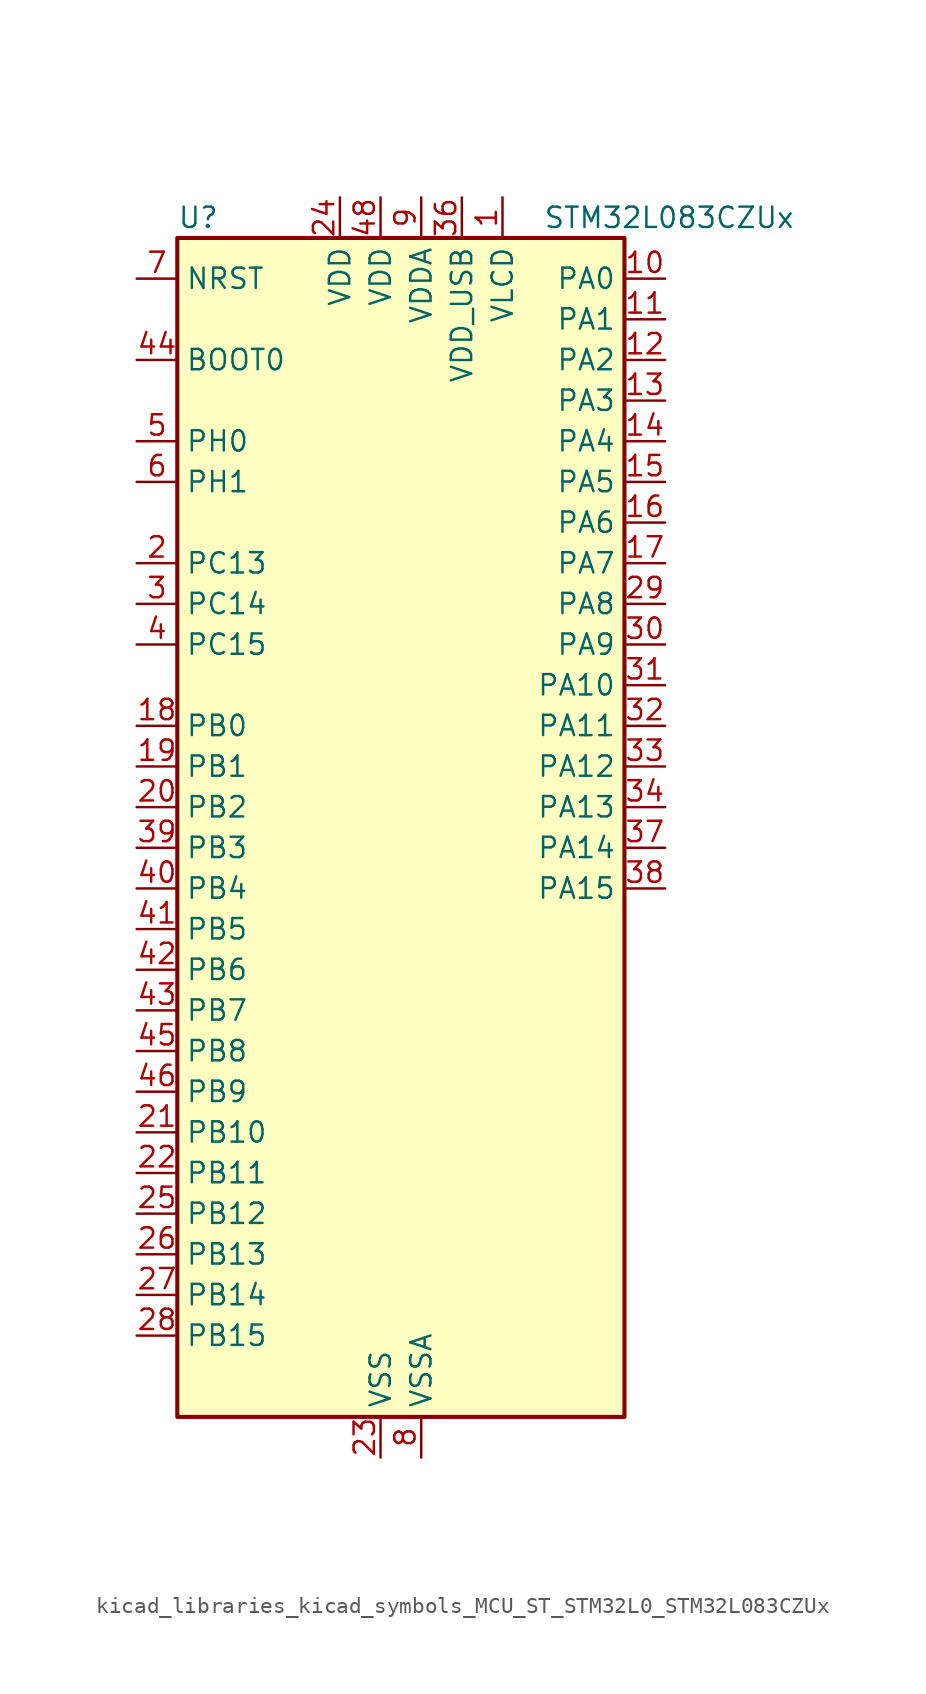
<source format=kicad_sym>
(kicad_symbol_lib
  (version 20220914)
  (generator kicad_symbol_editor)
  (symbol "kicad_libraries_kicad_symbols_MCU_ST_STM32L0_STM32L083CZUx"
    (property "Reference" "U"
      (at -12.7 39.37 0)
      (effects (font (size 1.27 1.27)) (justify left)))
    (property "Value" "STM32L083CZUx"
      (at 10.16 39.37 0)
      (effects (font (size 1.27 1.27)) (justify left)))
    (property "ki_locked" ""
      (at 0 0 0)
      (effects (font (size 1.27 1.27))))
    (symbol "kicad_libraries_kicad_symbols_MCU_ST_STM32L0_STM32L083CZUx_0_1"
      (rectangle (start -12.7 -35.56) (end 15.24 38.1) (stroke (width 0.254) (type default)) (fill (type background))))
    (symbol "kicad_libraries_kicad_symbols_MCU_ST_STM32L0_STM32L083CZUx_1_1"
      (pin power_in line (at 7.62 40.64 270) (length 2.54) (name "VLCD" (effects (font (size 1.27 1.27)))) (number "1" (effects (font (size 1.27 1.27)))))
      (pin bidirectional line (at 17.78 35.56 180) (length 2.54) (name "PA0" (effects (font (size 1.27 1.27)))) (number "10" (effects (font (size 1.27 1.27)))) (alternate "ADC_IN0" bidirectional line) (alternate "COMP1_INM" bidirectional line) (alternate "COMP1_OUT" bidirectional line) (alternate "RTC_TAMP2" bidirectional line) (alternate "SYS_WKUP1" bidirectional line) (alternate "TIM2_CH1" bidirectional line) (alternate "TIM2_ETR" bidirectional line) (alternate "TSC_G1_IO1" bidirectional line) (alternate "USART2_CTS" bidirectional line) (alternate "USART4_TX" bidirectional line))
      (pin bidirectional line (at 17.78 33.02 180) (length 2.54) (name "PA1" (effects (font (size 1.27 1.27)))) (number "11" (effects (font (size 1.27 1.27)))) (alternate "ADC_IN1" bidirectional line) (alternate "COMP1_INP" bidirectional line) (alternate "LCD_SEG0" bidirectional line) (alternate "TIM21_ETR" bidirectional line) (alternate "TIM2_CH2" bidirectional line) (alternate "TSC_G1_IO2" bidirectional line) (alternate "USART2_DE" bidirectional line) (alternate "USART2_RTS" bidirectional line) (alternate "USART4_RX" bidirectional line))
      (pin bidirectional line (at 17.78 30.48 180) (length 2.54) (name "PA2" (effects (font (size 1.27 1.27)))) (number "12" (effects (font (size 1.27 1.27)))) (alternate "ADC_IN2" bidirectional line) (alternate "COMP2_INM" bidirectional line) (alternate "COMP2_OUT" bidirectional line) (alternate "LCD_SEG1" bidirectional line) (alternate "LPUART1_TX" bidirectional line) (alternate "TIM21_CH1" bidirectional line) (alternate "TIM2_CH3" bidirectional line) (alternate "TSC_G1_IO3" bidirectional line) (alternate "USART2_TX" bidirectional line))
      (pin bidirectional line (at 17.78 27.94 180) (length 2.54) (name "PA3" (effects (font (size 1.27 1.27)))) (number "13" (effects (font (size 1.27 1.27)))) (alternate "ADC_IN3" bidirectional line) (alternate "COMP2_INP" bidirectional line) (alternate "LCD_SEG2" bidirectional line) (alternate "LPUART1_RX" bidirectional line) (alternate "TIM21_CH2" bidirectional line) (alternate "TIM2_CH4" bidirectional line) (alternate "TSC_G1_IO4" bidirectional line) (alternate "USART2_RX" bidirectional line))
      (pin bidirectional line (at 17.78 25.4 180) (length 2.54) (name "PA4" (effects (font (size 1.27 1.27)))) (number "14" (effects (font (size 1.27 1.27)))) (alternate "ADC_IN4" bidirectional line) (alternate "COMP1_INM" bidirectional line) (alternate "COMP2_INM" bidirectional line) (alternate "DAC_OUT1" bidirectional line) (alternate "SPI1_NSS" bidirectional line) (alternate "TIM22_ETR" bidirectional line) (alternate "TSC_G2_IO1" bidirectional line) (alternate "USART2_CK" bidirectional line))
      (pin bidirectional line (at 17.78 22.86 180) (length 2.54) (name "PA5" (effects (font (size 1.27 1.27)))) (number "15" (effects (font (size 1.27 1.27)))) (alternate "ADC_IN5" bidirectional line) (alternate "COMP1_INM" bidirectional line) (alternate "COMP2_INM" bidirectional line) (alternate "DAC_OUT2" bidirectional line) (alternate "SPI1_SCK" bidirectional line) (alternate "TIM2_CH1" bidirectional line) (alternate "TIM2_ETR" bidirectional line) (alternate "TSC_G2_IO2" bidirectional line))
      (pin bidirectional line (at 17.78 20.32 180) (length 2.54) (name "PA6" (effects (font (size 1.27 1.27)))) (number "16" (effects (font (size 1.27 1.27)))) (alternate "ADC_IN6" bidirectional line) (alternate "COMP1_OUT" bidirectional line) (alternate "LCD_SEG3" bidirectional line) (alternate "LPUART1_CTS" bidirectional line) (alternate "SPI1_MISO" bidirectional line) (alternate "TIM22_CH1" bidirectional line) (alternate "TIM3_CH1" bidirectional line) (alternate "TSC_G2_IO3" bidirectional line))
      (pin bidirectional line (at 17.78 17.78 180) (length 2.54) (name "PA7" (effects (font (size 1.27 1.27)))) (number "17" (effects (font (size 1.27 1.27)))) (alternate "ADC_IN7" bidirectional line) (alternate "COMP2_OUT" bidirectional line) (alternate "LCD_SEG4" bidirectional line) (alternate "SPI1_MOSI" bidirectional line) (alternate "TIM22_CH2" bidirectional line) (alternate "TIM3_CH2" bidirectional line) (alternate "TSC_G2_IO4" bidirectional line))
      (pin bidirectional line (at -15.24 7.62 0) (length 2.54) (name "PB0" (effects (font (size 1.27 1.27)))) (number "18" (effects (font (size 1.27 1.27)))) (alternate "ADC_IN8" bidirectional line) (alternate "LCD_SEG5" bidirectional line) (alternate "LCD_VLCD3" bidirectional line) (alternate "SYS_VREF_OUT_PB0" bidirectional line) (alternate "TIM3_CH3" bidirectional line) (alternate "TSC_G3_IO2" bidirectional line))
      (pin bidirectional line (at -15.24 5.08 0) (length 2.54) (name "PB1" (effects (font (size 1.27 1.27)))) (number "19" (effects (font (size 1.27 1.27)))) (alternate "ADC_IN9" bidirectional line) (alternate "LCD_SEG6" bidirectional line) (alternate "LPUART1_DE" bidirectional line) (alternate "LPUART1_RTS" bidirectional line) (alternate "SYS_VREF_OUT_PB1" bidirectional line) (alternate "TIM3_CH4" bidirectional line) (alternate "TSC_G3_IO3" bidirectional line))
      (pin bidirectional line (at -15.24 17.78 0) (length 2.54) (name "PC13" (effects (font (size 1.27 1.27)))) (number "2" (effects (font (size 1.27 1.27)))) (alternate "RTC_OUT_ALARM" bidirectional line) (alternate "RTC_OUT_CALIB" bidirectional line) (alternate "RTC_TAMP1" bidirectional line) (alternate "RTC_TS" bidirectional line) (alternate "SYS_WKUP2" bidirectional line))
      (pin bidirectional line (at -15.24 2.54 0) (length 2.54) (name "PB2" (effects (font (size 1.27 1.27)))) (number "20" (effects (font (size 1.27 1.27)))) (alternate "I2C3_SMBA" bidirectional line) (alternate "LCD_VLCD2" bidirectional line) (alternate "LPTIM1_OUT" bidirectional line) (alternate "TSC_G3_IO4" bidirectional line))
      (pin bidirectional line (at -15.24 -17.78 0) (length 2.54) (name "PB10" (effects (font (size 1.27 1.27)))) (number "21" (effects (font (size 1.27 1.27)))) (alternate "I2C2_SCL" bidirectional line) (alternate "LCD_SEG10" bidirectional line) (alternate "LPUART1_RX" bidirectional line) (alternate "LPUART1_TX" bidirectional line) (alternate "SPI2_SCK" bidirectional line) (alternate "TIM2_CH3" bidirectional line) (alternate "TSC_SYNC" bidirectional line))
      (pin bidirectional line (at -15.24 -20.32 0) (length 2.54) (name "PB11" (effects (font (size 1.27 1.27)))) (number "22" (effects (font (size 1.27 1.27)))) (alternate "ADC_EXTI11" bidirectional line) (alternate "I2C2_SDA" bidirectional line) (alternate "LCD_SEG11" bidirectional line) (alternate "LPUART1_RX" bidirectional line) (alternate "LPUART1_TX" bidirectional line) (alternate "TIM2_CH4" bidirectional line) (alternate "TSC_G6_IO1" bidirectional line))
      (pin power_in line (at 0 -38.1 90) (length 2.54) (name "VSS" (effects (font (size 1.27 1.27)))) (number "23" (effects (font (size 1.27 1.27)))))
      (pin power_in line (at -2.54 40.64 270) (length 2.54) (name "VDD" (effects (font (size 1.27 1.27)))) (number "24" (effects (font (size 1.27 1.27)))))
      (pin bidirectional line (at -15.24 -22.86 0) (length 2.54) (name "PB12" (effects (font (size 1.27 1.27)))) (number "25" (effects (font (size 1.27 1.27)))) (alternate "I2S2_WS" bidirectional line) (alternate "LCD_SEG12" bidirectional line) (alternate "LCD_VLCD2" bidirectional line) (alternate "LPUART1_DE" bidirectional line) (alternate "LPUART1_RTS" bidirectional line) (alternate "SPI2_NSS" bidirectional line) (alternate "TSC_G6_IO2" bidirectional line))
      (pin bidirectional line (at -15.24 -25.4 0) (length 2.54) (name "PB13" (effects (font (size 1.27 1.27)))) (number "26" (effects (font (size 1.27 1.27)))) (alternate "I2C2_SCL" bidirectional line) (alternate "I2S2_CK" bidirectional line) (alternate "LCD_SEG13" bidirectional line) (alternate "LPUART1_CTS" bidirectional line) (alternate "RCC_MCO" bidirectional line) (alternate "SPI2_SCK" bidirectional line) (alternate "TIM21_CH1" bidirectional line) (alternate "TSC_G6_IO3" bidirectional line))
      (pin bidirectional line (at -15.24 -27.94 0) (length 2.54) (name "PB14" (effects (font (size 1.27 1.27)))) (number "27" (effects (font (size 1.27 1.27)))) (alternate "I2C2_SDA" bidirectional line) (alternate "I2S2_MCK" bidirectional line) (alternate "LCD_SEG14" bidirectional line) (alternate "LPUART1_DE" bidirectional line) (alternate "LPUART1_RTS" bidirectional line) (alternate "RTC_OUT_ALARM" bidirectional line) (alternate "RTC_OUT_CALIB" bidirectional line) (alternate "SPI2_MISO" bidirectional line) (alternate "TIM21_CH2" bidirectional line) (alternate "TSC_G6_IO4" bidirectional line))
      (pin bidirectional line (at -15.24 -30.48 0) (length 2.54) (name "PB15" (effects (font (size 1.27 1.27)))) (number "28" (effects (font (size 1.27 1.27)))) (alternate "I2S2_SD" bidirectional line) (alternate "LCD_SEG15" bidirectional line) (alternate "RTC_REFIN" bidirectional line) (alternate "SPI2_MOSI" bidirectional line))
      (pin bidirectional line (at 17.78 15.24 180) (length 2.54) (name "PA8" (effects (font (size 1.27 1.27)))) (number "29" (effects (font (size 1.27 1.27)))) (alternate "CRS_SYNC" bidirectional line) (alternate "I2C3_SCL" bidirectional line) (alternate "LCD_COM0" bidirectional line) (alternate "RCC_MCO" bidirectional line) (alternate "USART1_CK" bidirectional line))
      (pin bidirectional line (at -15.24 15.24 0) (length 2.54) (name "PC14" (effects (font (size 1.27 1.27)))) (number "3" (effects (font (size 1.27 1.27)))) (alternate "RCC_OSC32_IN" bidirectional line))
      (pin bidirectional line (at 17.78 12.7 180) (length 2.54) (name "PA9" (effects (font (size 1.27 1.27)))) (number "30" (effects (font (size 1.27 1.27)))) (alternate "DAC_EXTI9" bidirectional line) (alternate "I2C1_SCL" bidirectional line) (alternate "I2C3_SMBA" bidirectional line) (alternate "LCD_COM1" bidirectional line) (alternate "RCC_MCO" bidirectional line) (alternate "TSC_G4_IO1" bidirectional line) (alternate "USART1_TX" bidirectional line))
      (pin bidirectional line (at 17.78 10.16 180) (length 2.54) (name "PA10" (effects (font (size 1.27 1.27)))) (number "31" (effects (font (size 1.27 1.27)))) (alternate "I2C1_SDA" bidirectional line) (alternate "LCD_COM2" bidirectional line) (alternate "TSC_G4_IO2" bidirectional line) (alternate "USART1_RX" bidirectional line))
      (pin bidirectional line (at 17.78 7.62 180) (length 2.54) (name "PA11" (effects (font (size 1.27 1.27)))) (number "32" (effects (font (size 1.27 1.27)))) (alternate "ADC_EXTI11" bidirectional line) (alternate "COMP1_OUT" bidirectional line) (alternate "SPI1_MISO" bidirectional line) (alternate "TSC_G4_IO3" bidirectional line) (alternate "USART1_CTS" bidirectional line) (alternate "USB_DM" bidirectional line))
      (pin bidirectional line (at 17.78 5.08 180) (length 2.54) (name "PA12" (effects (font (size 1.27 1.27)))) (number "33" (effects (font (size 1.27 1.27)))) (alternate "COMP2_OUT" bidirectional line) (alternate "SPI1_MOSI" bidirectional line) (alternate "TSC_G4_IO4" bidirectional line) (alternate "USART1_DE" bidirectional line) (alternate "USART1_RTS" bidirectional line) (alternate "USB_DP" bidirectional line))
      (pin bidirectional line (at 17.78 2.54 180) (length 2.54) (name "PA13" (effects (font (size 1.27 1.27)))) (number "34" (effects (font (size 1.27 1.27)))) (alternate "LPUART1_RX" bidirectional line) (alternate "SYS_SWDIO" bidirectional line) (alternate "USB_NOE" bidirectional line))
      (pin passive line (at 0 -38.1 90) (length 2.54) hide (name "VSS" (effects (font (size 1.27 1.27)))) (number "35" (effects (font (size 1.27 1.27)))))
      (pin power_in line (at 5.08 40.64 270) (length 2.54) (name "VDD_USB" (effects (font (size 1.27 1.27)))) (number "36" (effects (font (size 1.27 1.27)))))
      (pin bidirectional line (at 17.78 0 180) (length 2.54) (name "PA14" (effects (font (size 1.27 1.27)))) (number "37" (effects (font (size 1.27 1.27)))) (alternate "LPUART1_TX" bidirectional line) (alternate "SYS_SWCLK" bidirectional line) (alternate "USART2_TX" bidirectional line))
      (pin bidirectional line (at 17.78 -2.54 180) (length 2.54) (name "PA15" (effects (font (size 1.27 1.27)))) (number "38" (effects (font (size 1.27 1.27)))) (alternate "LCD_SEG17" bidirectional line) (alternate "SPI1_NSS" bidirectional line) (alternate "TIM2_CH1" bidirectional line) (alternate "TIM2_ETR" bidirectional line) (alternate "USART2_RX" bidirectional line) (alternate "USART4_DE" bidirectional line) (alternate "USART4_RTS" bidirectional line))
      (pin bidirectional line (at -15.24 0 0) (length 2.54) (name "PB3" (effects (font (size 1.27 1.27)))) (number "39" (effects (font (size 1.27 1.27)))) (alternate "COMP2_INM" bidirectional line) (alternate "LCD_SEG7" bidirectional line) (alternate "SPI1_SCK" bidirectional line) (alternate "TIM2_CH2" bidirectional line) (alternate "TSC_G5_IO1" bidirectional line) (alternate "USART1_DE" bidirectional line) (alternate "USART1_RTS" bidirectional line) (alternate "USART5_TX" bidirectional line))
      (pin bidirectional line (at -15.24 12.7 0) (length 2.54) (name "PC15" (effects (font (size 1.27 1.27)))) (number "4" (effects (font (size 1.27 1.27)))) (alternate "RCC_OSC32_OUT" bidirectional line))
      (pin bidirectional line (at -15.24 -2.54 0) (length 2.54) (name "PB4" (effects (font (size 1.27 1.27)))) (number "40" (effects (font (size 1.27 1.27)))) (alternate "COMP2_INP" bidirectional line) (alternate "I2C3_SDA" bidirectional line) (alternate "LCD_SEG8" bidirectional line) (alternate "SPI1_MISO" bidirectional line) (alternate "TIM22_CH1" bidirectional line) (alternate "TIM3_CH1" bidirectional line) (alternate "TSC_G5_IO2" bidirectional line) (alternate "USART1_CTS" bidirectional line) (alternate "USART5_RX" bidirectional line))
      (pin bidirectional line (at -15.24 -5.08 0) (length 2.54) (name "PB5" (effects (font (size 1.27 1.27)))) (number "41" (effects (font (size 1.27 1.27)))) (alternate "COMP2_INP" bidirectional line) (alternate "I2C1_SMBA" bidirectional line) (alternate "LCD_SEG9" bidirectional line) (alternate "LPTIM1_IN1" bidirectional line) (alternate "SPI1_MOSI" bidirectional line) (alternate "TIM22_CH2" bidirectional line) (alternate "TIM3_CH2" bidirectional line) (alternate "USART1_CK" bidirectional line) (alternate "USART5_CK" bidirectional line) (alternate "USART5_DE" bidirectional line) (alternate "USART5_RTS" bidirectional line))
      (pin bidirectional line (at -15.24 -7.62 0) (length 2.54) (name "PB6" (effects (font (size 1.27 1.27)))) (number "42" (effects (font (size 1.27 1.27)))) (alternate "COMP2_INP" bidirectional line) (alternate "I2C1_SCL" bidirectional line) (alternate "LPTIM1_ETR" bidirectional line) (alternate "TSC_G5_IO3" bidirectional line) (alternate "USART1_TX" bidirectional line))
      (pin bidirectional line (at -15.24 -10.16 0) (length 2.54) (name "PB7" (effects (font (size 1.27 1.27)))) (number "43" (effects (font (size 1.27 1.27)))) (alternate "COMP2_INP" bidirectional line) (alternate "I2C1_SDA" bidirectional line) (alternate "LPTIM1_IN2" bidirectional line) (alternate "SYS_PVD_IN" bidirectional line) (alternate "TSC_G5_IO4" bidirectional line) (alternate "USART1_RX" bidirectional line) (alternate "USART4_CTS" bidirectional line))
      (pin input line (at -15.24 30.48 0) (length 2.54) (name "BOOT0" (effects (font (size 1.27 1.27)))) (number "44" (effects (font (size 1.27 1.27)))))
      (pin bidirectional line (at -15.24 -12.7 0) (length 2.54) (name "PB8" (effects (font (size 1.27 1.27)))) (number "45" (effects (font (size 1.27 1.27)))) (alternate "I2C1_SCL" bidirectional line) (alternate "LCD_SEG16" bidirectional line) (alternate "TSC_SYNC" bidirectional line))
      (pin bidirectional line (at -15.24 -15.24 0) (length 2.54) (name "PB9" (effects (font (size 1.27 1.27)))) (number "46" (effects (font (size 1.27 1.27)))) (alternate "DAC_EXTI9" bidirectional line) (alternate "I2C1_SDA" bidirectional line) (alternate "I2S2_WS" bidirectional line) (alternate "LCD_COM3" bidirectional line) (alternate "SPI2_NSS" bidirectional line))
      (pin passive line (at 0 -38.1 90) (length 2.54) hide (name "VSS" (effects (font (size 1.27 1.27)))) (number "47" (effects (font (size 1.27 1.27)))))
      (pin power_in line (at 0 40.64 270) (length 2.54) (name "VDD" (effects (font (size 1.27 1.27)))) (number "48" (effects (font (size 1.27 1.27)))))
      (pin passive line (at 0 -38.1 90) (length 2.54) hide (name "VSS" (effects (font (size 1.27 1.27)))) (number "49" (effects (font (size 1.27 1.27)))))
      (pin bidirectional line (at -15.24 25.4 0) (length 2.54) (name "PH0" (effects (font (size 1.27 1.27)))) (number "5" (effects (font (size 1.27 1.27)))) (alternate "CRS_SYNC" bidirectional line) (alternate "RCC_OSC_IN" bidirectional line))
      (pin bidirectional line (at -15.24 22.86 0) (length 2.54) (name "PH1" (effects (font (size 1.27 1.27)))) (number "6" (effects (font (size 1.27 1.27)))) (alternate "RCC_OSC_OUT" bidirectional line))
      (pin input line (at -15.24 35.56 0) (length 2.54) (name "NRST" (effects (font (size 1.27 1.27)))) (number "7" (effects (font (size 1.27 1.27)))))
      (pin power_in line (at 2.54 -38.1 90) (length 2.54) (name "VSSA" (effects (font (size 1.27 1.27)))) (number "8" (effects (font (size 1.27 1.27)))))
      (pin power_in line (at 2.54 40.64 270) (length 2.54) (name "VDDA" (effects (font (size 1.27 1.27)))) (number "9" (effects (font (size 1.27 1.27))))))))
</source>
